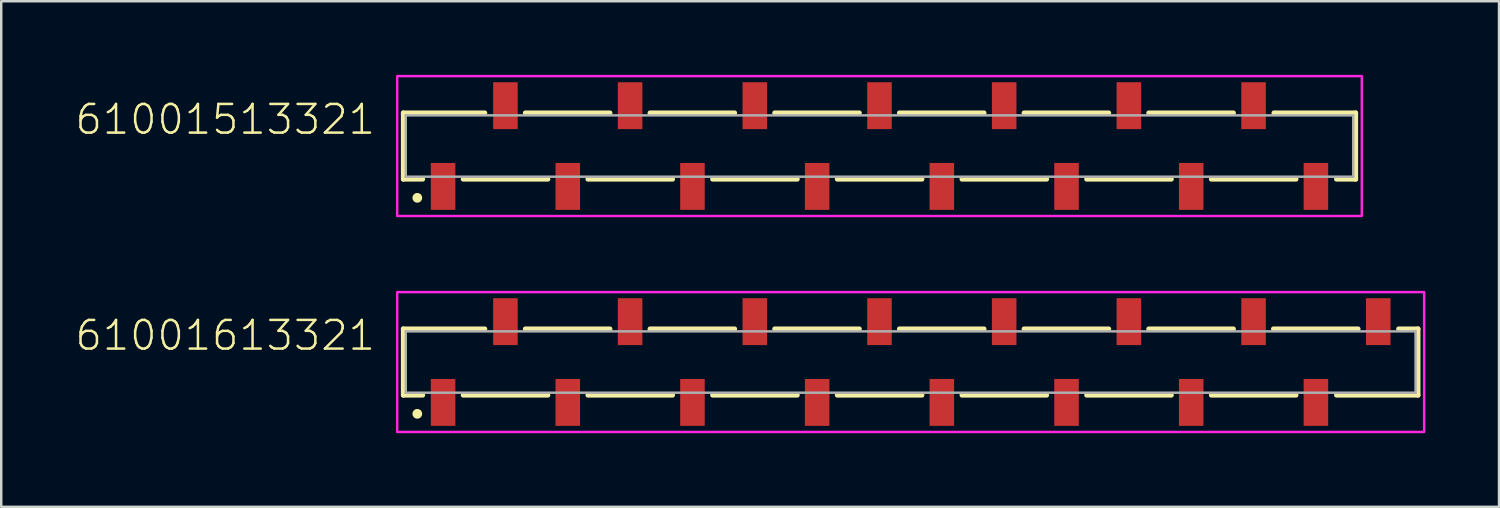
<source format=kicad_pcb>
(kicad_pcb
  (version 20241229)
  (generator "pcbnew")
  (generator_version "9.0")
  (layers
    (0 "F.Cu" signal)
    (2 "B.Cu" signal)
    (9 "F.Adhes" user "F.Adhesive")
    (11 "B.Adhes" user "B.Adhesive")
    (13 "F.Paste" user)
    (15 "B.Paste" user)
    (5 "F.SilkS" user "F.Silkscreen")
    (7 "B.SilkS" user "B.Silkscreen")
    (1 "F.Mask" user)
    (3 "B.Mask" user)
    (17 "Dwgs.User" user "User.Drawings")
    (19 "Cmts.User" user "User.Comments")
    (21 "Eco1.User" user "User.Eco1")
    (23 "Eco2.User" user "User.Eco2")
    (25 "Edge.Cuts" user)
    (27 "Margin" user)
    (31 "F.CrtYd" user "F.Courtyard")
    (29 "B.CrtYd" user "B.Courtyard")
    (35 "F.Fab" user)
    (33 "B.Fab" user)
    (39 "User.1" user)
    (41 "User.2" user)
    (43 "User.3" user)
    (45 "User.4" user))
  (footprint "61001613321"
    (layer "F.Cu")
    (at 34.052 11.7)
    (property "Reference" "61001613321" (at -21.74 -0.4 0) (unlocked yes) (layer "F.SilkS") (effects (font (size 1.168 1.168) (thickness 0.102)) (justify right bottom)))
    (fp_line (start -20.67 -1.35) (end -17.35 -1.35) (stroke (width 0.2) (type solid)) (layer "F.SilkS"))
    (fp_line (start -20.67 1.35) (end -20.67 -1.35) (stroke (width 0.2) (type solid)) (layer "F.SilkS"))
    (fp_line (start -19.88 1.35) (end -20.67 1.35) (stroke (width 0.2) (type solid)) (layer "F.SilkS"))
    (fp_line (start -15.7 -1.35) (end -12.25 -1.35) (stroke (width 0.2) (type solid)) (layer "F.SilkS"))
    (fp_line (start -14.78 1.35) (end -18.23 1.35) (stroke (width 0.2) (type solid)) (layer "F.SilkS"))
    (fp_line (start -10.62 -1.35) (end -7.17 -1.35) (stroke (width 0.2) (type solid)) (layer "F.SilkS"))
    (fp_line (start -9.7 1.35) (end -13.15 1.35) (stroke (width 0.2) (type solid)) (layer "F.SilkS"))
    (fp_line (start -5.54 -1.35) (end -2.09 -1.35) (stroke (width 0.2) (type solid)) (layer "F.SilkS"))
    (fp_line (start -4.62 1.35) (end -8.07 1.35) (stroke (width 0.2) (type solid)) (layer "F.SilkS"))
    (fp_line (start -0.46 -1.35) (end 2.99 -1.35) (stroke (width 0.2) (type solid)) (layer "F.SilkS"))
    (fp_line (start 0.46 1.35) (end -2.99 1.35) (stroke (width 0.2) (type solid)) (layer "F.SilkS"))
    (fp_line (start 4.62 -1.35) (end 8.07 -1.35) (stroke (width 0.2) (type solid)) (layer "F.SilkS"))
    (fp_line (start 5.54 1.35) (end 2.09 1.35) (stroke (width 0.2) (type solid)) (layer "F.SilkS"))
    (fp_line (start 9.7 -1.35) (end 13.15 -1.35) (stroke (width 0.2) (type solid)) (layer "F.SilkS"))
    (fp_line (start 10.62 1.35) (end 7.17 1.35) (stroke (width 0.2) (type solid)) (layer "F.SilkS"))
    (fp_line (start 14.78 -1.35) (end 18.23 -1.35) (stroke (width 0.2) (type solid)) (layer "F.SilkS"))
    (fp_line (start 15.7 1.35) (end 12.25 1.35) (stroke (width 0.2) (type solid)) (layer "F.SilkS"))
    (fp_line (start 17.35 1.35) (end 20.67 1.35) (stroke (width 0.2) (type solid)) (layer "F.SilkS"))
    (fp_line (start 20.67 -1.35) (end 19.88 -1.35) (stroke (width 0.2) (type solid)) (layer "F.SilkS"))
    (fp_line (start 20.67 1.35) (end 20.67 -1.35) (stroke (width 0.2) (type solid)) (layer "F.SilkS"))
    (fp_circle (center -20.1 2.11) (end -20 2.11) (stroke (width 0.2) (type solid)) (fill no) (layer "F.SilkS"))
    (fp_poly (pts (xy 20.92 2.85) (xy -20.92 2.85) (xy -20.92 -2.85) (xy 20.92 -2.85)) (stroke (width 0.1) (type default)) (fill no) (layer "F.CrtYd"))
    (fp_line (start -20.57 -1.25) (end 20.57 -1.25) (stroke (width 0.1) (type solid)) (layer "F.Fab"))
    (fp_line (start -20.57 1.25) (end -20.57 -1.25) (stroke (width 0.1) (type solid)) (layer "F.Fab"))
    (fp_line (start 20.57 1.25) (end -20.57 1.25) (stroke (width 0.1) (type solid)) (layer "F.Fab"))
    (fp_line (start 20.57 1.25) (end 20.57 -1.25) (stroke (width 0.1) (type solid)) (layer "F.Fab"))
    (pad "1" smd rect (at -19.05 1.645 180) (size 1 1.91) (layers "F.Cu" "F.Mask" "F.Paste"))
    (pad "2" smd rect (at -16.51 -1.645 180) (size 1 1.91) (layers "F.Cu" "F.Mask" "F.Paste"))
    (pad "3" smd rect (at -13.97 1.645 180) (size 1 1.91) (layers "F.Cu" "F.Mask" "F.Paste"))
    (pad "4" smd rect (at -11.43 -1.645 180) (size 1 1.91) (layers "F.Cu" "F.Mask" "F.Paste"))
    (pad "5" smd rect (at -8.89 1.645 180) (size 1 1.91) (layers "F.Cu" "F.Mask" "F.Paste"))
    (pad "6" smd rect (at -6.35 -1.645 180) (size 1 1.91) (layers "F.Cu" "F.Mask" "F.Paste"))
    (pad "7" smd rect (at -3.81 1.645 180) (size 1 1.91) (layers "F.Cu" "F.Mask" "F.Paste"))
    (pad "8" smd rect (at -1.27 -1.645 180) (size 1 1.91) (layers "F.Cu" "F.Mask" "F.Paste"))
    (pad "9" smd rect (at 1.27 1.645 180) (size 1 1.91) (layers "F.Cu" "F.Mask" "F.Paste"))
    (pad "10" smd rect (at 3.81 -1.645 180) (size 1 1.91) (layers "F.Cu" "F.Mask" "F.Paste"))
    (pad "11" smd rect (at 6.35 1.645 180) (size 1 1.91) (layers "F.Cu" "F.Mask" "F.Paste"))
    (pad "12" smd rect (at 8.89 -1.645 180) (size 1 1.91) (layers "F.Cu" "F.Mask" "F.Paste"))
    (pad "13" smd rect (at 11.43 1.645 180) (size 1 1.91) (layers "F.Cu" "F.Mask" "F.Paste"))
    (pad "14" smd rect (at 13.97 -1.645 180) (size 1 1.91) (layers "F.Cu" "F.Mask" "F.Paste"))
    (pad "15" smd rect (at 16.51 1.645 180) (size 1 1.91) (layers "F.Cu" "F.Mask" "F.Paste"))
    (pad "16" smd rect (at 19.05 -1.645 180) (size 1 1.91) (layers "F.Cu" "F.Mask" "F.Paste")))
  (footprint "61001513321"
    (layer "F.Cu")
    (at 32.782 2.9)
    (property "Reference" "61001513321" (at -20.47 -0.4 0) (unlocked yes) (layer "F.SilkS") (effects (font (size 1.168 1.168) (thickness 0.102)) (justify right bottom)))
    (fp_line (start -19.4 -1.35) (end -16.08 -1.35) (stroke (width 0.2) (type solid)) (layer "F.SilkS"))
    (fp_line (start -19.4 1.35) (end -19.4 -1.35) (stroke (width 0.2) (type solid)) (layer "F.SilkS"))
    (fp_line (start -18.61 1.35) (end -19.4 1.35) (stroke (width 0.2) (type solid)) (layer "F.SilkS"))
    (fp_line (start -14.43 -1.35) (end -10.98 -1.35) (stroke (width 0.2) (type solid)) (layer "F.SilkS"))
    (fp_line (start -13.51 1.35) (end -16.96 1.35) (stroke (width 0.2) (type solid)) (layer "F.SilkS"))
    (fp_line (start -9.35 -1.35) (end -5.9 -1.35) (stroke (width 0.2) (type solid)) (layer "F.SilkS"))
    (fp_line (start -8.43 1.35) (end -11.88 1.35) (stroke (width 0.2) (type solid)) (layer "F.SilkS"))
    (fp_line (start -4.27 -1.35) (end -0.82 -1.35) (stroke (width 0.2) (type solid)) (layer "F.SilkS"))
    (fp_line (start -3.35 1.35) (end -6.8 1.35) (stroke (width 0.2) (type solid)) (layer "F.SilkS"))
    (fp_line (start 0.81 -1.35) (end 4.26 -1.35) (stroke (width 0.2) (type solid)) (layer "F.SilkS"))
    (fp_line (start 1.73 1.35) (end -1.72 1.35) (stroke (width 0.2) (type solid)) (layer "F.SilkS"))
    (fp_line (start 5.89 -1.35) (end 9.34 -1.35) (stroke (width 0.2) (type solid)) (layer "F.SilkS"))
    (fp_line (start 6.81 1.35) (end 3.36 1.35) (stroke (width 0.2) (type solid)) (layer "F.SilkS"))
    (fp_line (start 10.97 -1.35) (end 14.42 -1.35) (stroke (width 0.2) (type solid)) (layer "F.SilkS"))
    (fp_line (start 11.89 1.35) (end 8.44 1.35) (stroke (width 0.2) (type solid)) (layer "F.SilkS"))
    (fp_line (start 16.97 1.35) (end 13.52 1.35) (stroke (width 0.2) (type solid)) (layer "F.SilkS"))
    (fp_line (start 18.62 1.35) (end 19.4 1.35) (stroke (width 0.2) (type solid)) (layer "F.SilkS"))
    (fp_line (start 19.4 -1.35) (end 16.07 -1.35) (stroke (width 0.2) (type solid)) (layer "F.SilkS"))
    (fp_line (start 19.4 1.35) (end 19.4 -1.35) (stroke (width 0.2) (type solid)) (layer "F.SilkS"))
    (fp_circle (center -18.83 2.11) (end -18.73 2.11) (stroke (width 0.2) (type solid)) (fill no) (layer "F.SilkS"))
    (fp_poly (pts (xy 19.65 2.85) (xy -19.65 2.85) (xy -19.65 -2.85) (xy 19.65 -2.85)) (stroke (width 0.1) (type default)) (fill no) (layer "F.CrtYd"))
    (fp_line (start -19.3 -1.25) (end 19.3 -1.25) (stroke (width 0.1) (type solid)) (layer "F.Fab"))
    (fp_line (start -19.3 1.25) (end -19.3 -1.25) (stroke (width 0.1) (type solid)) (layer "F.Fab"))
    (fp_line (start 19.3 1.25) (end -19.3 1.25) (stroke (width 0.1) (type solid)) (layer "F.Fab"))
    (fp_line (start 19.3 1.25) (end 19.3 -1.25) (stroke (width 0.1) (type solid)) (layer "F.Fab"))
    (pad "1" smd rect (at -17.78 1.645 180) (size 1 1.91) (layers "F.Cu" "F.Mask" "F.Paste"))
    (pad "2" smd rect (at -15.24 -1.645 180) (size 1 1.91) (layers "F.Cu" "F.Mask" "F.Paste"))
    (pad "3" smd rect (at -12.7 1.645 180) (size 1 1.91) (layers "F.Cu" "F.Mask" "F.Paste"))
    (pad "4" smd rect (at -10.16 -1.645 180) (size 1 1.91) (layers "F.Cu" "F.Mask" "F.Paste"))
    (pad "5" smd rect (at -7.62 1.645 180) (size 1 1.91) (layers "F.Cu" "F.Mask" "F.Paste"))
    (pad "6" smd rect (at -5.08 -1.645 180) (size 1 1.91) (layers "F.Cu" "F.Mask" "F.Paste"))
    (pad "7" smd rect (at -2.54 1.645 180) (size 1 1.91) (layers "F.Cu" "F.Mask" "F.Paste"))
    (pad "8" smd rect (at 0 -1.645 180) (size 1 1.91) (layers "F.Cu" "F.Mask" "F.Paste"))
    (pad "9" smd rect (at 2.54 1.645 180) (size 1 1.91) (layers "F.Cu" "F.Mask" "F.Paste"))
    (pad "10" smd rect (at 5.08 -1.645 180) (size 1 1.91) (layers "F.Cu" "F.Mask" "F.Paste"))
    (pad "11" smd rect (at 7.62 1.645 180) (size 1 1.91) (layers "F.Cu" "F.Mask" "F.Paste"))
    (pad "12" smd rect (at 10.16 -1.645 180) (size 1 1.91) (layers "F.Cu" "F.Mask" "F.Paste"))
    (pad "13" smd rect (at 12.7 1.645 180) (size 1 1.91) (layers "F.Cu" "F.Mask" "F.Paste"))
    (pad "14" smd rect (at 15.24 -1.645 180) (size 1 1.91) (layers "F.Cu" "F.Mask" "F.Paste"))
    (pad "15" smd rect (at 17.78 1.645 180) (size 1 1.91) (layers "F.Cu" "F.Mask" "F.Paste")))
  (gr_rect
    (start -3 -3)
    (end 58.022 17.6)
    (stroke (width 0.1) (type default))
    (fill no)
    (layer "Edge.Cuts")))
</source>
